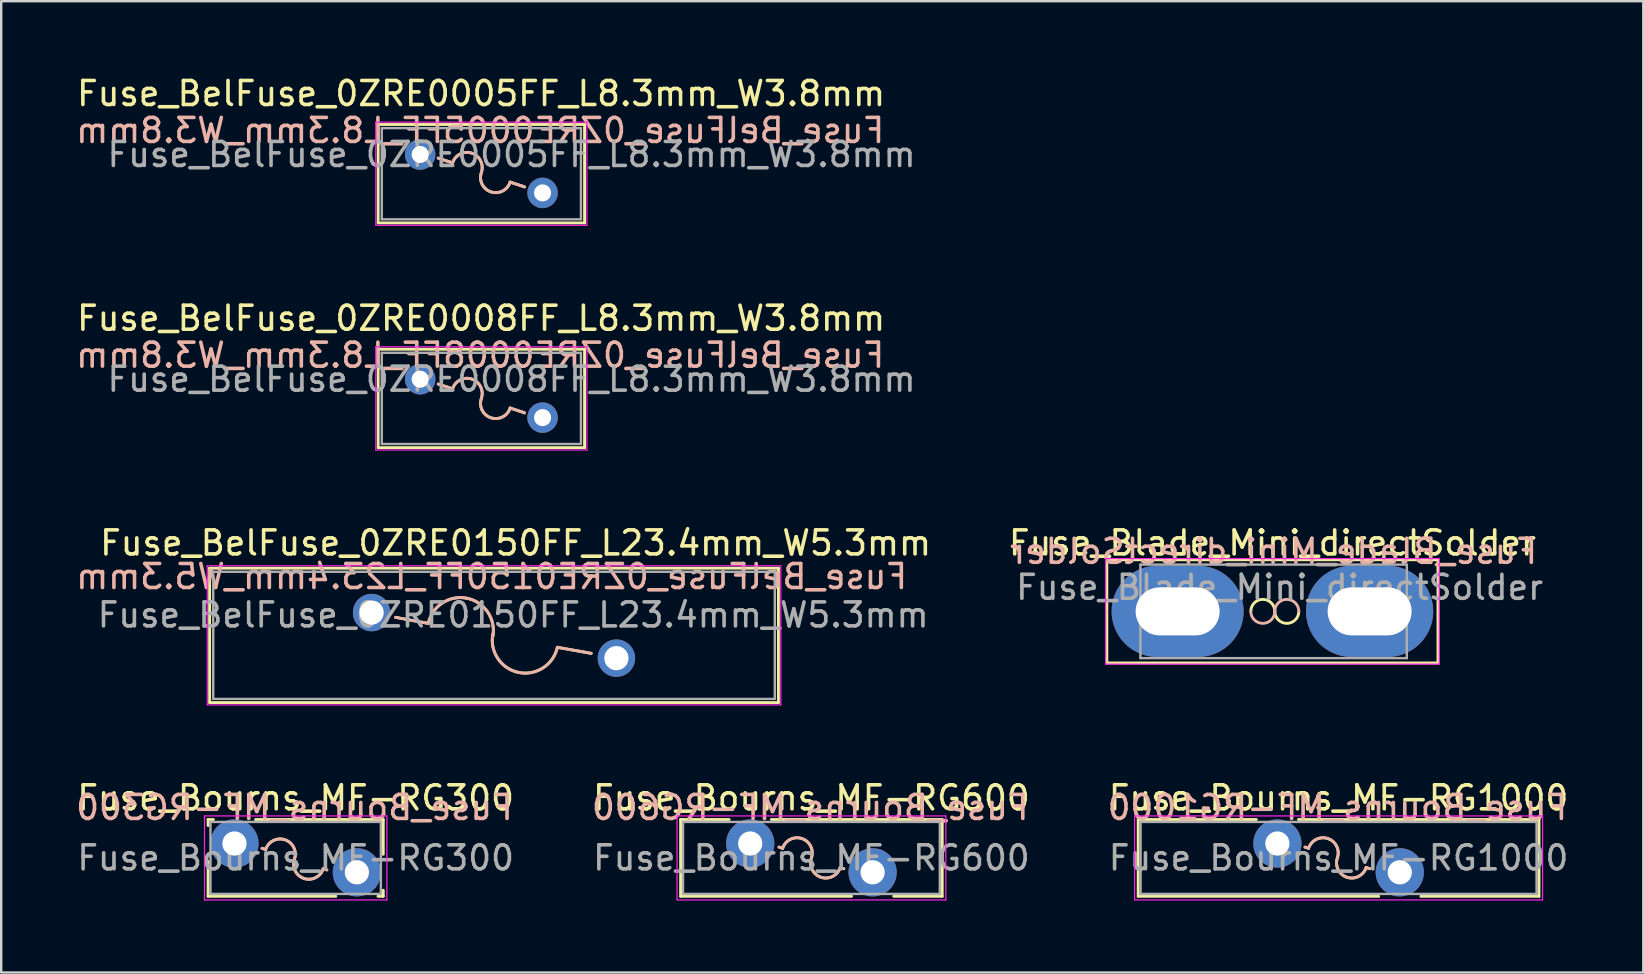
<source format=kicad_pcb>
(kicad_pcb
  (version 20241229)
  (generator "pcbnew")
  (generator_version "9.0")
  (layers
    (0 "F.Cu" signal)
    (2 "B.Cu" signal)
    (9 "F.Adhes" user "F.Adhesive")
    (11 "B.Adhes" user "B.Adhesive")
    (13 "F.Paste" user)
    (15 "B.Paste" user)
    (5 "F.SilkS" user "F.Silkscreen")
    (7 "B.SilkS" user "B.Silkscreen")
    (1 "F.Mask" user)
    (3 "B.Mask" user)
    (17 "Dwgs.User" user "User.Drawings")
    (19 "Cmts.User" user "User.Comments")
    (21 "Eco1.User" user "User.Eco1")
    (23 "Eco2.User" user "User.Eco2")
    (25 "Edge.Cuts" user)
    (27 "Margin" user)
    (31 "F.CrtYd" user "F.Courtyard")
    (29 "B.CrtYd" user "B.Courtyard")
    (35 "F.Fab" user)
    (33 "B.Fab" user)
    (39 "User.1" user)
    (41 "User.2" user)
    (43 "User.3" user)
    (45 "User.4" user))
  (footprint "Fuse_Bourns_MF-RG600"
    (layer "F.Cu")
    (at 28.211 32.098)
    (property "Reference" "Fuse_Bourns_MF-RG600" (at 2.55 -1.9 0) (layer "F.SilkS") (effects (font (size 1 1) (thickness 0.15))))
    (fp_line (start -2.9 -1) (end -2.9 2.2) (stroke (width 0.12) (type solid)) (layer "F.SilkS"))
    (fp_line (start -2.9 -1) (end -0.879 -1) (stroke (width 0.12) (type solid)) (layer "F.SilkS"))
    (fp_line (start -2.9 2.2) (end 4.222 2.2) (stroke (width 0.12) (type solid)) (layer "F.SilkS"))
    (fp_line (start 0.879 -1) (end 8 -1) (stroke (width 0.12) (type solid)) (layer "F.SilkS"))
    (fp_line (start 1.2 0.15) (end 1.35 0.2) (stroke (width 0.12) (type solid)) (layer "F.SilkS"))
    (fp_line (start 3.75 1) (end 3.9 1.05) (stroke (width 0.12) (type solid)) (layer "F.SilkS"))
    (fp_line (start 5.979 2.2) (end 8 2.2) (stroke (width 0.12) (type solid)) (layer "F.SilkS"))
    (fp_line (start 8 -1) (end 8 2.2) (stroke (width 0.12) (type solid)) (layer "F.SilkS"))
    (fp_arc (start 1.350003 0.200002) (mid 2.150001 -0.199998) (end 2.550001 0.6) (stroke (width 0.12) (type solid)) (layer "F.SilkS"))
    (fp_arc (start 3.749999 0.999998) (mid 2.950001 1.399998) (end 2.550001 0.6) (stroke (width 0.12) (type solid)) (layer "F.SilkS"))
    (fp_line (start 1.2 0.15) (end 1.35 0.2) (stroke (width 0.12) (type solid)) (layer "B.SilkS"))
    (fp_line (start 3.75 1) (end 3.9 1.05) (stroke (width 0.12) (type solid)) (layer "B.SilkS"))
    (fp_arc (start 1.350003 0.200002) (mid 2.150001 -0.199998) (end 2.550001 0.6) (stroke (width 0.12) (type solid)) (layer "B.SilkS"))
    (fp_arc (start 3.749999 0.999998) (mid 2.950001 1.399998) (end 2.550001 0.6) (stroke (width 0.12) (type solid)) (layer "B.SilkS"))
    (fp_line (start -3.05 -1.15) (end -3.05 2.35) (stroke (width 0.05) (type solid)) (layer "F.CrtYd"))
    (fp_line (start -3.05 2.35) (end 8.15 2.35) (stroke (width 0.05) (type solid)) (layer "F.CrtYd"))
    (fp_line (start 8.15 -1.15) (end -3.05 -1.15) (stroke (width 0.05) (type solid)) (layer "F.CrtYd"))
    (fp_line (start 8.15 2.35) (end 8.15 -1.15) (stroke (width 0.05) (type solid)) (layer "F.CrtYd"))
    (fp_line (start -2.8 -0.9) (end -2.8 2.1) (stroke (width 0.1) (type solid)) (layer "F.Fab"))
    (fp_line (start -2.8 2.1) (end 7.9 2.1) (stroke (width 0.1) (type solid)) (layer "F.Fab"))
    (fp_line (start 7.9 -0.9) (end -2.8 -0.9) (stroke (width 0.1) (type solid)) (layer "F.Fab"))
    (fp_line (start 7.9 2.1) (end 7.9 -0.9) (stroke (width 0.1) (type solid)) (layer "F.Fab"))
    (fp_text user "${REFERENCE}" (at 2.5 -1.5 0) (layer "B.SilkS") (effects (font (size 1 1) (thickness 0.15)) (justify mirror)))
    (fp_text user "${REFERENCE}" (at 2.55 0.6 0) (layer "F.Fab") (effects (font (size 1 1) (thickness 0.15))))
    (pad "1" thru_hole circle (at 0 0) (size 2.01 2.01) (drill 1.01) (layers "*.Cu" "*.Mask"))
    (pad "2" thru_hole circle (at 5.1 1.2) (size 2.01 2.01) (drill 1.01) (layers "*.Cu" "*.Mask")))
  (footprint "Fuse_Bourns_MF-RG1000"
    (layer "F.Cu")
    (at 50.177 32.098)
    (property "Reference" "Fuse_Bourns_MF-RG1000" (at 2.55 -1.9 0) (layer "F.SilkS") (effects (font (size 1 1) (thickness 0.15))))
    (fp_line (start -5.8 -1) (end -5.8 2.2) (stroke (width 0.12) (type solid)) (layer "F.SilkS"))
    (fp_line (start -5.8 -1) (end -0.879 -1) (stroke (width 0.12) (type solid)) (layer "F.SilkS"))
    (fp_line (start -5.8 2.2) (end 4.222 2.2) (stroke (width 0.12) (type solid)) (layer "F.SilkS"))
    (fp_line (start 0.879 -1) (end 10.9 -1) (stroke (width 0.12) (type solid)) (layer "F.SilkS"))
    (fp_line (start 1.15 0.15) (end 1.3 0.2) (stroke (width 0.12) (type solid)) (layer "F.SilkS"))
    (fp_line (start 3.7 1) (end 3.85 1.05) (stroke (width 0.12) (type solid)) (layer "F.SilkS"))
    (fp_line (start 5.979 2.2) (end 10.9 2.2) (stroke (width 0.12) (type solid)) (layer "F.SilkS"))
    (fp_line (start 10.9 -1) (end 10.9 2.2) (stroke (width 0.12) (type solid)) (layer "F.SilkS"))
    (fp_arc (start 1.300003 0.200002) (mid 2.100001 -0.199998) (end 2.500001 0.6) (stroke (width 0.12) (type solid)) (layer "F.SilkS"))
    (fp_arc (start 3.699999 0.999998) (mid 2.900001 1.399998) (end 2.500001 0.6) (stroke (width 0.12) (type solid)) (layer "F.SilkS"))
    (fp_line (start 1.15 0.15) (end 1.3 0.2) (stroke (width 0.12) (type solid)) (layer "B.SilkS"))
    (fp_line (start 3.7 1) (end 3.85 1.05) (stroke (width 0.12) (type solid)) (layer "B.SilkS"))
    (fp_arc (start 1.300003 0.200002) (mid 2.100001 -0.199998) (end 2.500001 0.6) (stroke (width 0.12) (type solid)) (layer "B.SilkS"))
    (fp_arc (start 3.699999 0.999998) (mid 2.900001 1.399998) (end 2.500001 0.6) (stroke (width 0.12) (type solid)) (layer "B.SilkS"))
    (fp_line (start -5.95 -1.15) (end -5.95 2.35) (stroke (width 0.05) (type solid)) (layer "F.CrtYd"))
    (fp_line (start -5.95 2.35) (end 11.05 2.35) (stroke (width 0.05) (type solid)) (layer "F.CrtYd"))
    (fp_line (start 11.05 -1.15) (end -5.95 -1.15) (stroke (width 0.05) (type solid)) (layer "F.CrtYd"))
    (fp_line (start 11.05 2.35) (end 11.05 -1.15) (stroke (width 0.05) (type solid)) (layer "F.CrtYd"))
    (fp_line (start -5.7 -0.9) (end -5.7 2.1) (stroke (width 0.1) (type solid)) (layer "F.Fab"))
    (fp_line (start -5.7 2.1) (end 10.8 2.1) (stroke (width 0.1) (type solid)) (layer "F.Fab"))
    (fp_line (start 10.8 -0.9) (end -5.7 -0.9) (stroke (width 0.1) (type solid)) (layer "F.Fab"))
    (fp_line (start 10.8 2.1) (end 10.8 -0.9) (stroke (width 0.1) (type solid)) (layer "F.Fab"))
    (fp_text user "${REFERENCE}" (at 2.5 -1.5 0) (layer "B.SilkS") (effects (font (size 1 1) (thickness 0.15)) (justify mirror)))
    (fp_text user "${REFERENCE}" (at 2.55 0.6 0) (layer "F.Fab") (effects (font (size 1 1) (thickness 0.15))))
    (pad "1" thru_hole circle (at 0 0) (size 2.01 2.01) (drill 1.01) (layers "*.Cu" "*.Mask"))
    (pad "2" thru_hole circle (at 5.1 1.2) (size 2.01 2.01) (drill 1.01) (layers "*.Cu" "*.Mask")))
  (footprint "Fuse_Blade_Mini_directSolder"
    (layer "F.Cu")
    (at 46.02 22.425)
    (property "Reference" "Fuse_Blade_Mini_directSolder" (at 3.95 -2.85 0) (layer "F.SilkS") (effects (font (size 1 1) (thickness 0.15))))
    (fp_rect (start -2.95 -2.15) (end 10.85 2.15) (stroke (width 0.12) (type solid)) (fill no) (layer "F.SilkS"))
    (fp_arc (start 3.05 0) (mid 3.55 -0.5) (end 4.05 0) (stroke (width 0.12) (type solid)) (layer "F.SilkS"))
    (fp_arc (start 5.05 0) (mid 4.55 0.5) (end 4.05 0) (stroke (width 0.12) (type solid)) (layer "F.SilkS"))
    (fp_arc (start 4.05 0) (mid 3.55 0.5) (end 3.05 0) (stroke (width 0.12) (type solid)) (layer "B.SilkS"))
    (fp_arc (start 4.05 0) (mid 4.55 -0.5) (end 5.05 0) (stroke (width 0.12) (type solid)) (layer "B.SilkS"))
    (fp_line (start -3 -2.2) (end -3 2.2) (stroke (width 0.05) (type solid)) (layer "F.CrtYd"))
    (fp_line (start -3 -2.2) (end 10.9 -2.2) (stroke (width 0.05) (type solid)) (layer "F.CrtYd"))
    (fp_line (start 10.9 2.2) (end -3 2.2) (stroke (width 0.05) (type solid)) (layer "F.CrtYd"))
    (fp_line (start 10.9 2.2) (end 10.9 -2.2) (stroke (width 0.05) (type solid)) (layer "F.CrtYd"))
    (fp_line (start -1.55 -1.95) (end 9.55 -1.95) (stroke (width 0.1) (type solid)) (layer "F.Fab"))
    (fp_line (start -1.55 1.95) (end -1.55 -1.95) (stroke (width 0.1) (type solid)) (layer "F.Fab"))
    (fp_line (start 9.55 -1.95) (end 9.55 1.95) (stroke (width 0.1) (type solid)) (layer "F.Fab"))
    (fp_line (start 9.55 1.95) (end -1.55 1.95) (stroke (width 0.1) (type solid)) (layer "F.Fab"))
    (fp_text user "${REFERENCE}" (at 4 -2.5 0) (layer "B.SilkS") (effects (font (size 1 1) (thickness 0.15)) (justify mirror)))
    (fp_text user "${REFERENCE}" (at 4.25 -1 0) (layer "F.Fab") (effects (font (size 1 1) (thickness 0.15))))
    (pad "1" thru_hole oval (at 0 0) (size 5.5 3.8) (drill oval 3.5 2) (layers "*.Cu" "*.Mask"))
    (pad "2" thru_hole oval (at 8 0) (size 5.3 3.8) (drill oval 3.5 2) (layers "*.Cu" "*.Mask")))
  (footprint "Fuse_BelFuse_0ZRE0008FF_L8.3mm_W3.8mm"
    (layer "F.Cu")
    (at 14.458 12.752)
    (property "Reference" "Fuse_BelFuse_0ZRE0008FF_L8.3mm_W3.8mm" (at 2.54 -2.54 0) (layer "F.SilkS") (effects (font (size 1 1) (thickness 0.15))))
    (fp_line (start -1.75 -1.25) (end -1.75 2.85) (stroke (width 0.12) (type solid)) (layer "F.SilkS"))
    (fp_line (start -1.75 -1.25) (end 6.85 -1.25) (stroke (width 0.12) (type solid)) (layer "F.SilkS"))
    (fp_line (start -1.75 2.85) (end 6.85 2.85) (stroke (width 0.12) (type solid)) (layer "F.SilkS"))
    (fp_line (start 0.75 0.2) (end 1.35 0.4) (stroke (width 0.12) (type solid)) (layer "F.SilkS"))
    (fp_line (start 3.75 1.2) (end 4.35 1.4) (stroke (width 0.12) (type solid)) (layer "F.SilkS"))
    (fp_line (start 6.85 -1.25) (end 6.85 2.85) (stroke (width 0.12) (type solid)) (layer "F.SilkS"))
    (fp_arc (start 1.350003 0.400002) (mid 2.150001 0.000002) (end 2.550001 0.8) (stroke (width 0.12) (type solid)) (layer "F.SilkS"))
    (fp_arc (start 3.749999 1.199998) (mid 2.950001 1.599998) (end 2.550001 0.8) (stroke (width 0.12) (type solid)) (layer "F.SilkS"))
    (fp_line (start 0.75 0.2) (end 1.35 0.4) (stroke (width 0.12) (type solid)) (layer "B.SilkS"))
    (fp_line (start 3.75 1.2) (end 4.35 1.4) (stroke (width 0.12) (type solid)) (layer "B.SilkS"))
    (fp_arc (start 1.350003 0.400002) (mid 2.150001 0.000002) (end 2.550001 0.8) (stroke (width 0.12) (type solid)) (layer "B.SilkS"))
    (fp_arc (start 3.749999 1.199998) (mid 2.950001 1.599998) (end 2.550001 0.8) (stroke (width 0.12) (type solid)) (layer "B.SilkS"))
    (fp_line (start -1.85 -1.35) (end -1.85 2.95) (stroke (width 0.05) (type solid)) (layer "F.CrtYd"))
    (fp_line (start -1.85 -1.35) (end 6.95 -1.35) (stroke (width 0.05) (type solid)) (layer "F.CrtYd"))
    (fp_line (start -1.85 2.95) (end 6.95 2.95) (stroke (width 0.05) (type solid)) (layer "F.CrtYd"))
    (fp_line (start 6.95 -1.35) (end 6.95 2.95) (stroke (width 0.05) (type solid)) (layer "F.CrtYd"))
    (fp_line (start -1.6 -1.1) (end -1.6 2.7) (stroke (width 0.1) (type solid)) (layer "F.Fab"))
    (fp_line (start -1.6 -1.1) (end 6.7 -1.1) (stroke (width 0.1) (type solid)) (layer "F.Fab"))
    (fp_line (start -1.6 2.7) (end 6.7 2.7) (stroke (width 0.1) (type solid)) (layer "F.Fab"))
    (fp_line (start 6.7 -1.1) (end 6.7 2.7) (stroke (width 0.1) (type solid)) (layer "F.Fab"))
    (fp_text user "${REFERENCE}" (at 2.5 -1 0) (layer "B.SilkS") (effects (font (size 1 1) (thickness 0.15)) (justify mirror)))
    (fp_text user "${REFERENCE}" (at 3.81 0 0) (layer "F.Fab") (effects (font (size 1 1) (thickness 0.15))))
    (pad "1" thru_hole circle (at 0 0) (size 1.27 1.27) (drill 0.71) (layers "*.Cu" "*.Mask"))
    (pad "2" thru_hole circle (at 5.1 1.6) (size 1.27 1.27) (drill 0.71) (layers "*.Cu" "*.Mask")))
  (footprint "Fuse_BelFuse_0ZRE0150FF_L23.4mm_W5.3mm"
    (layer "F.Cu")
    (at 12.435 22.475)
    (property "Reference" "Fuse_BelFuse_0ZRE0150FF_L23.4mm_W5.3mm" (at 6 -2.9 0) (layer "F.SilkS") (effects (font (size 1 1) (thickness 0.15))))
    (fp_line (start -6.75 -1.85) (end -6.75 3.75) (stroke (width 0.12) (type solid)) (layer "F.SilkS"))
    (fp_line (start -6.75 -1.85) (end 16.95 -1.85) (stroke (width 0.12) (type solid)) (layer "F.SilkS"))
    (fp_line (start -6.75 3.75) (end 16.95 3.75) (stroke (width 0.12) (type solid)) (layer "F.SilkS"))
    (fp_line (start 1 0.2) (end 2.36 0.452) (stroke (width 0.12) (type solid)) (layer "F.SilkS"))
    (fp_line (start 7.74 1.448) (end 9.15 1.7) (stroke (width 0.12) (type solid)) (layer "F.SilkS"))
    (fp_line (start 16.95 -1.85) (end 16.95 3.75) (stroke (width 0.12) (type solid)) (layer "F.SilkS"))
    (fp_arc (start 2.359742 0.452167) (mid 3.97396 -0.59534) (end 5.049999 1) (stroke (width 0.12) (type solid)) (layer "F.SilkS"))
    (fp_arc (start 7.740258 1.447834) (mid 6.12604 2.495341) (end 5.050001 0.900001) (stroke (width 0.12) (type solid)) (layer "F.SilkS"))
    (fp_line (start 1 0.2) (end 2.36 0.452) (stroke (width 0.12) (type solid)) (layer "B.SilkS"))
    (fp_line (start 7.74 1.448) (end 9.15 1.7) (stroke (width 0.12) (type solid)) (layer "B.SilkS"))
    (fp_arc (start 2.359739 0.452167) (mid 3.974046 -0.595772) (end 5.049999 1) (stroke (width 0.12) (type solid)) (layer "B.SilkS"))
    (fp_arc (start 7.740261 1.447834) (mid 6.125954 2.495773) (end 5.050001 0.900001) (stroke (width 0.12) (type solid)) (layer "B.SilkS"))
    (fp_line (start -6.85 -1.95) (end -6.85 3.85) (stroke (width 0.05) (type solid)) (layer "F.CrtYd"))
    (fp_line (start -6.85 -1.95) (end 17.05 -1.95) (stroke (width 0.05) (type solid)) (layer "F.CrtYd"))
    (fp_line (start -6.85 3.85) (end 17.05 3.85) (stroke (width 0.05) (type solid)) (layer "F.CrtYd"))
    (fp_line (start 17.05 -1.95) (end 17.05 3.85) (stroke (width 0.05) (type solid)) (layer "F.CrtYd"))
    (fp_line (start -6.6 -1.7) (end -6.6 3.6) (stroke (width 0.1) (type solid)) (layer "F.Fab"))
    (fp_line (start -6.6 -1.7) (end 16.8 -1.7) (stroke (width 0.1) (type solid)) (layer "F.Fab"))
    (fp_line (start -6.6 3.6) (end 16.8 3.6) (stroke (width 0.1) (type solid)) (layer "F.Fab"))
    (fp_line (start 16.8 -1.7) (end 16.8 3.6) (stroke (width 0.1) (type solid)) (layer "F.Fab"))
    (fp_text user "${REFERENCE}" (at 5 -1.5 0) (layer "B.SilkS") (effects (font (size 1 1) (thickness 0.15)) (justify mirror)))
    (fp_text user "${REFERENCE}" (at 5.9 0.1 0) (layer "F.Fab") (effects (font (size 1 1) (thickness 0.15))))
    (pad "1" thru_hole circle (at 0 0) (size 1.56 1.56) (drill 1.01) (layers "*.Cu" "*.Mask"))
    (pad "2" thru_hole circle (at 10.2 1.9) (size 1.56 1.56) (drill 1.01) (layers "*.Cu" "*.Mask")))
  (footprint "Fuse_BelFuse_0ZRE0005FF_L8.3mm_W3.8mm"
    (layer "F.Cu")
    (at 14.458 3.388)
    (property "Reference" "Fuse_BelFuse_0ZRE0005FF_L8.3mm_W3.8mm" (at 2.54 -2.54 0) (layer "F.SilkS") (effects (font (size 1 1) (thickness 0.15))))
    (fp_line (start -1.75 -1.25) (end -1.75 2.85) (stroke (width 0.12) (type solid)) (layer "F.SilkS"))
    (fp_line (start -1.75 -1.25) (end 6.85 -1.25) (stroke (width 0.12) (type solid)) (layer "F.SilkS"))
    (fp_line (start -1.75 2.85) (end 6.85 2.85) (stroke (width 0.12) (type solid)) (layer "F.SilkS"))
    (fp_line (start 0.75 0.15) (end 1.35 0.35) (stroke (width 0.12) (type solid)) (layer "F.SilkS"))
    (fp_line (start 3.75 1.15) (end 4.35 1.35) (stroke (width 0.12) (type solid)) (layer "F.SilkS"))
    (fp_line (start 6.85 -1.25) (end 6.85 2.85) (stroke (width 0.12) (type solid)) (layer "F.SilkS"))
    (fp_arc (start 1.350003 0.350002) (mid 2.150001 -0.049998) (end 2.550001 0.75) (stroke (width 0.12) (type solid)) (layer "F.SilkS"))
    (fp_arc (start 3.749999 1.149998) (mid 2.950001 1.549998) (end 2.550001 0.75) (stroke (width 0.12) (type solid)) (layer "F.SilkS"))
    (fp_line (start 0.75 0.15) (end 1.35 0.35) (stroke (width 0.12) (type solid)) (layer "B.SilkS"))
    (fp_line (start 3.75 1.15) (end 4.35 1.35) (stroke (width 0.12) (type solid)) (layer "B.SilkS"))
    (fp_arc (start 1.350003 0.350002) (mid 2.150001 -0.049998) (end 2.550001 0.75) (stroke (width 0.12) (type solid)) (layer "B.SilkS"))
    (fp_arc (start 3.749999 1.149998) (mid 2.950001 1.549998) (end 2.550001 0.75) (stroke (width 0.12) (type solid)) (layer "B.SilkS"))
    (fp_line (start -1.85 -1.35) (end -1.85 2.95) (stroke (width 0.05) (type solid)) (layer "F.CrtYd"))
    (fp_line (start -1.85 -1.35) (end 6.95 -1.35) (stroke (width 0.05) (type solid)) (layer "F.CrtYd"))
    (fp_line (start -1.85 2.95) (end 6.95 2.95) (stroke (width 0.05) (type solid)) (layer "F.CrtYd"))
    (fp_line (start 6.95 -1.35) (end 6.95 2.95) (stroke (width 0.05) (type solid)) (layer "F.CrtYd"))
    (fp_line (start -1.6 -1.1) (end -1.6 2.7) (stroke (width 0.1) (type solid)) (layer "F.Fab"))
    (fp_line (start -1.6 -1.1) (end 6.7 -1.1) (stroke (width 0.1) (type solid)) (layer "F.Fab"))
    (fp_line (start -1.6 2.7) (end 6.7 2.7) (stroke (width 0.1) (type solid)) (layer "F.Fab"))
    (fp_line (start 6.7 -1.1) (end 6.7 2.7) (stroke (width 0.1) (type solid)) (layer "F.Fab"))
    (fp_text user "${REFERENCE}" (at 2.5 -1 0) (layer "B.SilkS") (effects (font (size 1 1) (thickness 0.15)) (justify mirror)))
    (fp_text user "${REFERENCE}" (at 3.81 0 0) (layer "F.Fab") (effects (font (size 1 1) (thickness 0.15))))
    (pad "1" thru_hole circle (at 0 0) (size 1.27 1.27) (drill 0.71) (layers "*.Cu" "*.Mask"))
    (pad "2" thru_hole circle (at 5.1 1.6) (size 1.27 1.27) (drill 0.71) (layers "*.Cu" "*.Mask")))
  (footprint "Fuse_Bourns_MF-RG300"
    (layer "F.Cu")
    (at 6.72 32.098)
    (property "Reference" "Fuse_Bourns_MF-RG300" (at 2.55 -1.9 0) (layer "F.SilkS") (effects (font (size 1 1) (thickness 0.15))))
    (fp_line (start -1.1 -1) (end -1.1 -0.75) (stroke (width 0.12) (type solid)) (layer "F.SilkS"))
    (fp_line (start -1.1 -1) (end -0.879 -1) (stroke (width 0.12) (type solid)) (layer "F.SilkS"))
    (fp_line (start -1.1 0.75) (end -1.1 2.2) (stroke (width 0.12) (type solid)) (layer "F.SilkS"))
    (fp_line (start -1.1 2.2) (end 4.222 2.2) (stroke (width 0.12) (type solid)) (layer "F.SilkS"))
    (fp_line (start 0.879 -1) (end 6.2 -1) (stroke (width 0.12) (type solid)) (layer "F.SilkS"))
    (fp_line (start 1.15 0.2) (end 1.3 0.25) (stroke (width 0.12) (type solid)) (layer "F.SilkS"))
    (fp_line (start 3.7 1.05) (end 3.85 1.1) (stroke (width 0.12) (type solid)) (layer "F.SilkS"))
    (fp_line (start 5.979 2.2) (end 6.2 2.2) (stroke (width 0.12) (type solid)) (layer "F.SilkS"))
    (fp_line (start 6.2 -1) (end 6.2 0.451) (stroke (width 0.12) (type solid)) (layer "F.SilkS"))
    (fp_line (start 6.2 1.95) (end 6.2 2.2) (stroke (width 0.12) (type solid)) (layer "F.SilkS"))
    (fp_arc (start 1.300003 0.250002) (mid 2.100001 -0.149998) (end 2.500001 0.65) (stroke (width 0.12) (type solid)) (layer "F.SilkS"))
    (fp_arc (start 3.699999 1.049998) (mid 2.900001 1.449998) (end 2.500001 0.65) (stroke (width 0.12) (type solid)) (layer "F.SilkS"))
    (fp_line (start 1.15 0.2) (end 1.3 0.25) (stroke (width 0.12) (type solid)) (layer "B.SilkS"))
    (fp_line (start 3.7 1.05) (end 3.85 1.1) (stroke (width 0.12) (type solid)) (layer "B.SilkS"))
    (fp_arc (start 1.300003 0.250002) (mid 2.100001 -0.149998) (end 2.500001 0.65) (stroke (width 0.12) (type solid)) (layer "B.SilkS"))
    (fp_arc (start 3.699999 1.049998) (mid 2.900001 1.449998) (end 2.500001 0.65) (stroke (width 0.12) (type solid)) (layer "B.SilkS"))
    (fp_line (start -1.25 -1.15) (end -1.25 2.35) (stroke (width 0.05) (type solid)) (layer "F.CrtYd"))
    (fp_line (start -1.25 2.35) (end 6.35 2.35) (stroke (width 0.05) (type solid)) (layer "F.CrtYd"))
    (fp_line (start 6.35 -1.15) (end -1.25 -1.15) (stroke (width 0.05) (type solid)) (layer "F.CrtYd"))
    (fp_line (start 6.35 2.35) (end 6.35 -1.15) (stroke (width 0.05) (type solid)) (layer "F.CrtYd"))
    (fp_line (start -1 -0.9) (end -1 2.1) (stroke (width 0.1) (type solid)) (layer "F.Fab"))
    (fp_line (start -1 2.1) (end 6.1 2.1) (stroke (width 0.1) (type solid)) (layer "F.Fab"))
    (fp_line (start 6.1 -0.9) (end -1 -0.9) (stroke (width 0.1) (type solid)) (layer "F.Fab"))
    (fp_line (start 6.1 2.1) (end 6.1 -0.9) (stroke (width 0.1) (type solid)) (layer "F.Fab"))
    (fp_text user "${REFERENCE}" (at 2.5 -1.5 0) (layer "B.SilkS") (effects (font (size 1 1) (thickness 0.15)) (justify mirror)))
    (fp_text user "${REFERENCE}" (at 2.55 0.6 0) (layer "F.Fab") (effects (font (size 1 1) (thickness 0.15))))
    (pad "1" thru_hole circle (at 0 0) (size 2.01 2.01) (drill 1.01) (layers "*.Cu" "*.Mask"))
    (pad "2" thru_hole circle (at 5.1 1.2) (size 2.01 2.01) (drill 1.01) (layers "*.Cu" "*.Mask")))
  (gr_rect
    (start -3 -3)
    (end 65.424 37.473)
    (stroke (width 0.1) (type default))
    (fill no)
    (layer "Edge.Cuts")))
</source>
